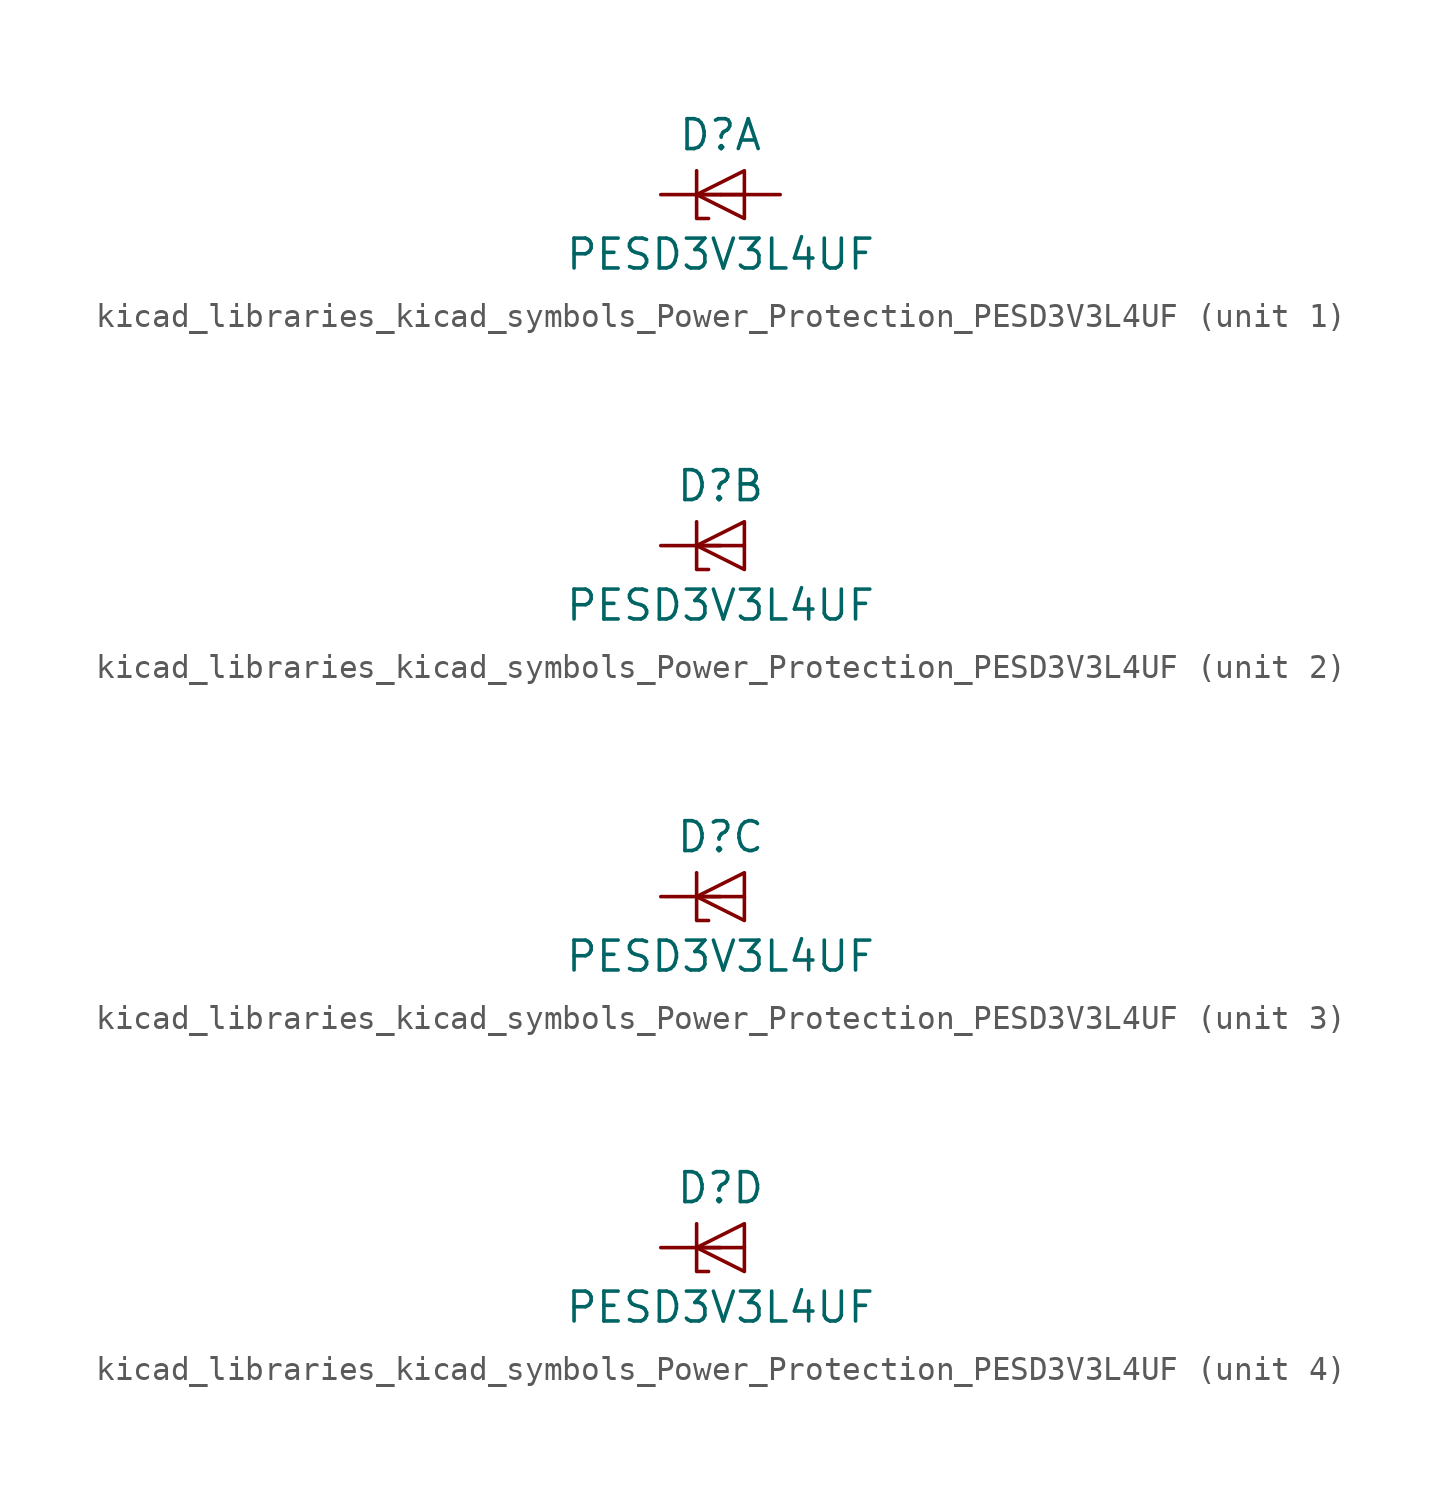
<source format=kicad_sym>
(kicad_symbol_lib
  (version 20220914)
  (generator kicad_symbol_editor)
  (symbol "kicad_libraries_kicad_symbols_Power_Protection_PESD3V3L4UF"
    (pin_numbers hide)
    (pin_names hide)
    (property "Reference" "D"
      (at 0 2.54 0)
      (effects (font (size 1.27 1.27))))
    (property "Value" "PESD3V3L4UF"
      (at 0 -2.54 0)
      (effects (font (size 1.27 1.27))))
    (property "ki_locked" ""
      (at 0 0 0)
      (effects (font (size 1.27 1.27))))
    (symbol "kicad_libraries_kicad_symbols_Power_Protection_PESD3V3L4UF_0_1"
      (polyline (pts (xy -1.016 0) (xy 1.016 0)) (stroke (width 0) (type default)) (fill (type none)))
      (polyline (pts (xy -1.016 1.016) (xy -1.016 -1.016) (xy -0.508 -1.016)) (stroke (width 0) (type default)) (fill (type none)))
      (polyline (pts (xy 1.016 1.016) (xy -1.016 0) (xy 1.016 -1.016) (xy 1.016 1.016)) (stroke (width 0) (type default)) (fill (type none))))
    (symbol "kicad_libraries_kicad_symbols_Power_Protection_PESD3V3L4UF_1_1"
      (pin passive line (at -2.54 0 0) (length 2.54) (name "K1" (effects (font (size 1.27 1.27)))) (number "1" (effects (font (size 1.27 1.27)))))
      (pin passive line (at 2.54 0 180) (length 2.54) (name "A" (effects (font (size 1.27 1.27)))) (number "2" (effects (font (size 1.27 1.27)))))
      (pin passive line (at 2.54 0 180) (length 2.54) hide (name "A" (effects (font (size 1.27 1.27)))) (number "5" (effects (font (size 1.27 1.27))))))
    (symbol "kicad_libraries_kicad_symbols_Power_Protection_PESD3V3L4UF_2_1"
      (pin passive line (at -2.54 0 0) (length 2.54) (name "K2" (effects (font (size 1.27 1.27)))) (number "3" (effects (font (size 1.27 1.27))))))
    (symbol "kicad_libraries_kicad_symbols_Power_Protection_PESD3V3L4UF_3_1"
      (pin passive line (at -2.54 0 0) (length 2.54) (name "K3" (effects (font (size 1.27 1.27)))) (number "4" (effects (font (size 1.27 1.27))))))
    (symbol "kicad_libraries_kicad_symbols_Power_Protection_PESD3V3L4UF_4_1"
      (pin passive line (at -2.54 0 0) (length 2.54) (name "K4" (effects (font (size 1.27 1.27)))) (number "6" (effects (font (size 1.27 1.27))))))))
</source>
